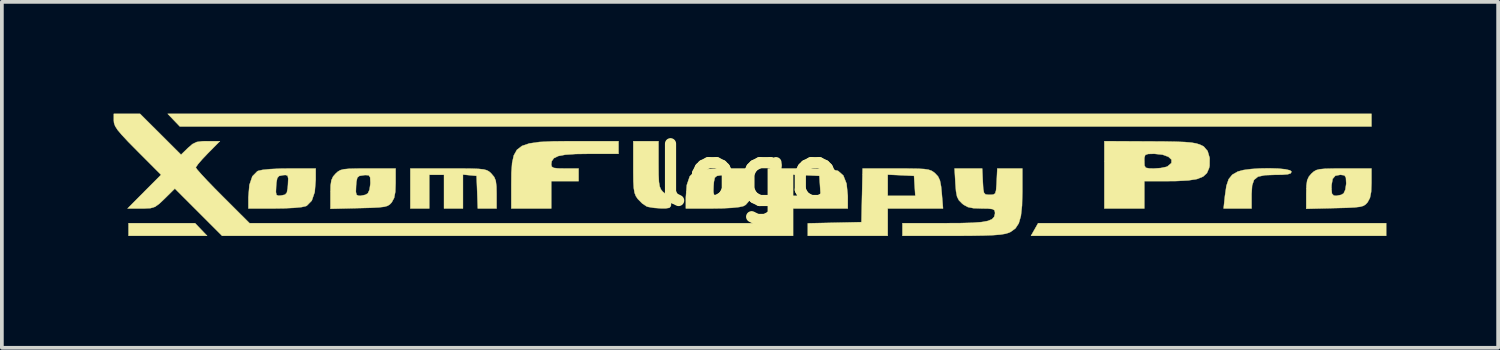
<source format=kicad_pcb>
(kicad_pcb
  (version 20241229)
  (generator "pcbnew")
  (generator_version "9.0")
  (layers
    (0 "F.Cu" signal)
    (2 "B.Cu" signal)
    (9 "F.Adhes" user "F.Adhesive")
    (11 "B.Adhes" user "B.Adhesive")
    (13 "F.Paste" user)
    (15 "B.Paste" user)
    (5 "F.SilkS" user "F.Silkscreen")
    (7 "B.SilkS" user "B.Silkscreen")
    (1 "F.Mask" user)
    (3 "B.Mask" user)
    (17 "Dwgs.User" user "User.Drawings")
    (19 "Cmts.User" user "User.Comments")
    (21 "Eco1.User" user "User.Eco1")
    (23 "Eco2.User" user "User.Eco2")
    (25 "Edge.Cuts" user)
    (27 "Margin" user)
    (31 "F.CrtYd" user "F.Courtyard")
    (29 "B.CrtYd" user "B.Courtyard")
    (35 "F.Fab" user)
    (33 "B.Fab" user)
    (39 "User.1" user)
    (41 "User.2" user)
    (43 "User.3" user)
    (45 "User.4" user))
  (footprint "logo"
    (layer "F.Cu")
    (at 17.051 1.642)
    (property "Reference" "logo" (at 0 0 0) (layer "F.SilkS") (effects (font (size 1.524 1.524) (thickness 0.3))))
    (attr through_hole)
    (fp_poly (pts (xy -14.542 1.637) (xy -16.651 1.637) (xy -16.651 1.298) (xy -14.866 1.298) (xy -14.542 1.637)) (stroke (width 0.01) (type solid)) (fill yes) (layer "F.SilkS"))
    (fp_poly (pts (xy 16.708 -1.298) (xy -15.275 -1.298) (xy -15.438 -1.468) (xy -15.6 -1.637) (xy 16.708 -1.637) (xy 16.708 -1.298)) (stroke (width 0.01) (type solid)) (fill yes) (layer "F.SilkS"))
    (fp_poly (pts (xy 17.103 1.637) (xy 7.569 1.637) (xy 7.665 1.468) (xy 7.761 1.299) (xy 12.432 1.299) (xy 17.103 1.298) (xy 17.103 1.637)) (stroke (width 0.01) (type solid)) (fill yes) (layer "F.SilkS"))
    (fp_poly (pts (xy -7.707 -0.169) (xy -7.44 -0.166) (xy -7.251 -0.159) (xy -7.123 -0.145) (xy -7.038 -0.123) (xy -6.978 -0.091) (xy -6.926 -0.045) (xy -6.912 -0.031) (xy -6.837 0.059) (xy -6.795 0.161) (xy -6.777 0.313) (xy -6.773 0.505) (xy -6.773 0.903) (xy -7.277 0.903) (xy -7.293 0.466) (xy -7.31 0.028) (xy -7.493 0.011) (xy -7.676 -0.007) (xy -7.676 0.903) (xy -8.184 0.903) (xy -8.184 0) (xy -8.58 0) (xy -8.58 0.903) (xy -9.088 0.903) (xy -9.088 -0.169) (xy -8.069 -0.169) (xy -7.707 -0.169)) (stroke (width 0.01) (type solid)) (fill yes) (layer "F.SilkS"))
    (fp_poly (pts (xy 14.201 -0.168) (xy 14.395 -0.149) (xy 14.524 -0.119) (xy 14.563 -0.085) (xy 14.541 -0.041) (xy 14.463 -0.015) (xy 14.308 -0.002) (xy 14.12 0) (xy 13.845 0.01) (xy 13.663 0.049) (xy 13.556 0.136) (xy 13.505 0.286) (xy 13.49 0.516) (xy 13.49 0.555) (xy 13.49 0.903) (xy 12.74 0.903) (xy 12.776 0.562) (xy 12.815 0.296) (xy 12.876 0.116) (xy 12.972 -0.002) (xy 13.118 -0.086) (xy 13.126 -0.089) (xy 13.271 -0.128) (xy 13.476 -0.155) (xy 13.716 -0.171) (xy 13.966 -0.175) (xy 14.201 -0.168)) (stroke (width 0.01) (type solid)) (fill yes) (layer "F.SilkS"))
    (fp_poly (pts (xy -3.5 -0.564) (xy -4.277 -0.564) (xy -4.652 -0.559) (xy -4.928 -0.54) (xy -5.118 -0.504) (xy -5.235 -0.447) (xy -5.293 -0.366) (xy -5.306 -0.279) (xy -5.293 -0.22) (xy -5.24 -0.186) (xy -5.121 -0.172) (xy -4.939 -0.169) (xy -4.572 -0.169) (xy -4.572 0.169) (xy -5.306 0.169) (xy -5.306 0.903) (xy -6.378 0.903) (xy -6.378 0.28) (xy -6.375 -0.054) (xy -6.356 -0.318) (xy -6.311 -0.521) (xy -6.227 -0.671) (xy -6.092 -0.775) (xy -5.895 -0.842) (xy -5.625 -0.881) (xy -5.268 -0.898) (xy -4.814 -0.903) (xy -4.658 -0.903) (xy -3.5 -0.903) (xy -3.5 -0.564)) (stroke (width 0.01) (type solid)) (fill yes) (layer "F.SilkS"))
    (fp_poly (pts (xy -2.427 -0.282) (xy -2.425 -0.003) (xy -2.416 0.188) (xy -2.396 0.312) (xy -2.362 0.393) (xy -2.314 0.452) (xy -2.213 0.534) (xy -2.145 0.564) (xy -2.105 0.613) (xy -2.088 0.732) (xy -2.088 0.734) (xy -2.095 0.836) (xy -2.135 0.885) (xy -2.237 0.9) (xy -2.357 0.9) (xy -2.545 0.887) (xy -2.702 0.861) (xy -2.744 0.848) (xy -2.862 0.77) (xy -2.982 0.649) (xy -2.984 0.646) (xy -3.035 0.571) (xy -3.069 0.483) (xy -3.09 0.36) (xy -3.101 0.179) (xy -3.104 -0.084) (xy -3.104 -0.205) (xy -3.104 -0.903) (xy -2.427 -0.903) (xy -2.427 -0.282)) (stroke (width 0.01) (type solid)) (fill yes) (layer "F.SilkS"))
    (fp_poly (pts (xy 4.289 -0.168) (xy 4.535 -0.164) (xy 4.706 -0.155) (xy 4.821 -0.137) (xy 4.901 -0.109) (xy 4.964 -0.068) (xy 4.995 -0.042) (xy 5.075 0.043) (xy 5.126 0.151) (xy 5.157 0.312) (xy 5.175 0.494) (xy 5.209 0.903) (xy 3.725 0.903) (xy 3.725 1.637) (xy 1.58 1.637) (xy 1.58 1.302) (xy 2.3 1.286) (xy 3.02 1.27) (xy 3.035 0.564) (xy 3.725 0.564) (xy 4.465 0.564) (xy 4.448 0.296) (xy 4.431 0.028) (xy 4.078 0.011) (xy 3.725 -0.005) (xy 3.725 0.564) (xy 3.035 0.564) (xy 3.036 0.55) (xy 3.051 -0.169) (xy 3.95 -0.169) (xy 4.289 -0.168)) (stroke (width 0.01) (type solid)) (fill yes) (layer "F.SilkS"))
    (fp_poly (pts (xy 0.113 0.167) (xy 0.093 0.465) (xy 0.028 0.673) (xy -0.087 0.805) (xy -0.15 0.84) (xy -0.261 0.865) (xy -0.459 0.886) (xy -0.717 0.899) (xy -0.99 0.903) (xy -1.693 0.903) (xy -1.693 0.601) (xy -1.682 0.458) (xy -0.955 0.458) (xy -0.936 0.537) (xy -0.878 0.562) (xy -0.82 0.564) (xy -0.688 0.526) (xy -0.619 0.42) (xy -0.576 0.252) (xy -0.564 0.134) (xy -0.578 0.038) (xy -0.642 0.006) (xy -0.748 0.011) (xy -0.859 0.029) (xy -0.916 0.076) (xy -0.94 0.186) (xy -0.949 0.296) (xy -0.955 0.458) (xy -1.682 0.458) (xy -1.667 0.272) (xy -1.588 0.04) (xy -1.454 -0.095) (xy -1.434 -0.105) (xy -1.318 -0.132) (xy -1.114 -0.153) (xy -0.845 -0.166) (xy -0.59 -0.169) (xy 0.113 -0.169) (xy 0.113 0.167)) (stroke (width 0.01) (type solid)) (fill yes) (layer "F.SilkS"))
    (fp_poly (pts (xy -11.628 0.133) (xy -11.654 0.462) (xy -11.733 0.693) (xy -11.867 0.829) (xy -11.887 0.839) (xy -12.003 0.866) (xy -12.207 0.886) (xy -12.476 0.899) (xy -12.731 0.903) (xy -13.434 0.903) (xy -13.434 0.601) (xy -13.423 0.463) (xy -12.696 0.463) (xy -12.68 0.541) (xy -12.625 0.561) (xy -12.548 0.554) (xy -12.452 0.533) (xy -12.402 0.478) (xy -12.379 0.357) (xy -12.372 0.264) (xy -12.365 0.101) (xy -12.381 0.024) (xy -12.437 0.004) (xy -12.513 0.01) (xy -12.61 0.031) (xy -12.659 0.086) (xy -12.682 0.207) (xy -12.689 0.3) (xy -12.696 0.463) (xy -13.423 0.463) (xy -13.407 0.272) (xy -13.328 0.04) (xy -13.195 -0.095) (xy -13.174 -0.105) (xy -13.058 -0.132) (xy -12.854 -0.153) (xy -12.585 -0.166) (xy -12.33 -0.169) (xy -11.628 -0.169) (xy -11.628 0.133)) (stroke (width 0.01) (type solid)) (fill yes) (layer "F.SilkS"))
    (fp_poly (pts (xy 10.71 -0.897) (xy 11.129 -0.895) (xy 11.451 -0.889) (xy 11.693 -0.88) (xy 11.87 -0.865) (xy 12 -0.843) (xy 12.099 -0.813) (xy 12.182 -0.773) (xy 12.207 -0.759) (xy 12.31 -0.639) (xy 12.365 -0.453) (xy 12.363 -0.241) (xy 12.349 -0.179) (xy 12.292 -0.048) (xy 12.19 0.047) (xy 12.029 0.112) (xy 11.794 0.15) (xy 11.469 0.167) (xy 11.262 0.169) (xy 10.612 0.169) (xy 10.612 0.903) (xy 9.539 0.903) (xy 9.539 -0.367) (xy 10.612 -0.367) (xy 10.617 -0.246) (xy 10.653 -0.189) (xy 10.75 -0.171) (xy 10.869 -0.169) (xy 11.052 -0.182) (xy 11.201 -0.213) (xy 11.236 -0.228) (xy 11.339 -0.316) (xy 11.342 -0.406) (xy 11.259 -0.484) (xy 11.101 -0.541) (xy 10.882 -0.564) (xy 10.869 -0.564) (xy 10.712 -0.56) (xy 10.637 -0.533) (xy 10.613 -0.458) (xy 10.612 -0.367) (xy 9.539 -0.367) (xy 9.539 -0.903) (xy 10.71 -0.897)) (stroke (width 0.01) (type solid)) (fill yes) (layer "F.SilkS"))
    (fp_poly (pts (xy 16.708 0.22) (xy 16.699 0.459) (xy 16.667 0.62) (xy 16.606 0.733) (xy 16.6 0.742) (xy 16.55 0.795) (xy 16.49 0.833) (xy 16.398 0.858) (xy 16.254 0.874) (xy 16.039 0.885) (xy 15.732 0.893) (xy 15.725 0.893) (xy 14.958 0.912) (xy 14.958 0.51) (xy 14.961 0.372) (xy 15.635 0.372) (xy 15.647 0.504) (xy 15.697 0.557) (xy 15.765 0.564) (xy 15.898 0.537) (xy 15.962 0.497) (xy 16.007 0.399) (xy 16.03 0.245) (xy 16.03 0.214) (xy 16.022 0.074) (xy 15.982 0.014) (xy 15.884 0.000086) (xy 15.867 0) (xy 15.739 0.024) (xy 15.666 0.109) (xy 15.637 0.276) (xy 15.635 0.372) (xy 14.961 0.372) (xy 14.963 0.289) (xy 14.983 0.147) (xy 15.029 0.048) (xy 15.096 -0.031) (xy 15.159 -0.087) (xy 15.226 -0.126) (xy 15.32 -0.15) (xy 15.463 -0.163) (xy 15.676 -0.168) (xy 15.971 -0.169) (xy 16.708 -0.169) (xy 16.708 0.22)) (stroke (width 0.01) (type solid)) (fill yes) (layer "F.SilkS"))
    (fp_poly (pts (xy -9.483 0.22) (xy -9.492 0.459) (xy -9.523 0.62) (xy -9.584 0.733) (xy -9.59 0.742) (xy -9.64 0.795) (xy -9.701 0.833) (xy -9.792 0.858) (xy -9.936 0.874) (xy -10.151 0.885) (xy -10.458 0.893) (xy -10.465 0.893) (xy -11.232 0.912) (xy -11.232 0.51) (xy -11.231 0.458) (xy -10.55 0.458) (xy -10.531 0.537) (xy -10.475 0.563) (xy -10.428 0.564) (xy -10.295 0.537) (xy -10.228 0.497) (xy -10.183 0.399) (xy -10.161 0.245) (xy -10.16 0.211) (xy -10.166 0.07) (xy -10.203 0.012) (xy -10.297 0.006) (xy -10.343 0.011) (xy -10.455 0.029) (xy -10.511 0.076) (xy -10.536 0.186) (xy -10.544 0.296) (xy -10.55 0.458) (xy -11.231 0.458) (xy -11.228 0.289) (xy -11.207 0.147) (xy -11.162 0.048) (xy -11.094 -0.031) (xy -11.032 -0.087) (xy -10.964 -0.126) (xy -10.87 -0.15) (xy -10.727 -0.163) (xy -10.514 -0.168) (xy -10.219 -0.169) (xy -9.483 -0.169) (xy -9.483 0.22)) (stroke (width 0.01) (type solid)) (fill yes) (layer "F.SilkS"))
    (fp_poly (pts (xy 6.277 0.183) (xy 6.288 0.376) (xy 6.308 0.481) (xy 6.351 0.526) (xy 6.43 0.536) (xy 6.463 0.536) (xy 6.555 0.532) (xy 6.608 0.5) (xy 6.633 0.416) (xy 6.646 0.253) (xy 6.649 0.183) (xy 6.666 -0.169) (xy 7.338 -0.169) (xy 7.338 0.453) (xy 7.329 0.825) (xy 7.299 1.102) (xy 7.242 1.301) (xy 7.152 1.438) (xy 7.025 1.531) (xy 6.975 1.554) (xy 6.882 1.582) (xy 6.748 1.604) (xy 6.557 1.619) (xy 6.297 1.629) (xy 5.953 1.635) (xy 5.511 1.637) (xy 5.449 1.637) (xy 4.12 1.637) (xy 4.12 1.298) (xy 5.237 1.298) (xy 5.669 1.296) (xy 6.001 1.287) (xy 6.245 1.268) (xy 6.415 1.237) (xy 6.523 1.192) (xy 6.581 1.129) (xy 6.603 1.047) (xy 6.604 1.013) (xy 6.592 0.953) (xy 6.538 0.92) (xy 6.418 0.906) (xy 6.24 0.903) (xy 6.022 0.895) (xy 5.875 0.865) (xy 5.762 0.803) (xy 5.72 0.769) (xy 5.636 0.684) (xy 5.586 0.586) (xy 5.558 0.441) (xy 5.542 0.233) (xy 5.519 -0.169) (xy 6.26 -0.169) (xy 6.277 0.183)) (stroke (width 0.01) (type solid)) (fill yes) (layer "F.SilkS"))
    (fp_poly (pts (xy -15.792 -1.089) (xy -15.242 -0.54) (xy -15.055 -0.722) (xy -14.934 -0.826) (xy -14.821 -0.881) (xy -14.668 -0.901) (xy -14.534 -0.903) (xy -14.199 -0.903) (xy -14.522 -0.577) (xy -14.672 -0.419) (xy -14.785 -0.288) (xy -14.842 -0.206) (xy -14.845 -0.195) (xy -14.807 -0.139) (xy -14.701 -0.018) (xy -14.54 0.155) (xy -14.336 0.366) (xy -14.124 0.579) (xy -13.404 1.298) (xy 0.508 1.298) (xy 0.508 0.564) (xy 1.185 0.564) (xy 1.925 0.564) (xy 1.908 0.296) (xy 1.891 0.028) (xy 1.538 0.011) (xy 1.185 -0.005) (xy 1.185 0.564) (xy 0.508 0.564) (xy 0.508 -0.169) (xy 1.38 -0.169) (xy 1.746 -0.165) (xy 2.046 -0.152) (xy 2.266 -0.133) (xy 2.389 -0.107) (xy 2.393 -0.105) (xy 2.533 0.018) (xy 2.62 0.238) (xy 2.652 0.555) (xy 2.653 0.601) (xy 2.653 0.903) (xy 1.185 0.903) (xy 1.185 1.637) (xy -14.14 1.637) (xy -15.408 0.369) (xy -15.678 0.636) (xy -15.828 0.778) (xy -15.94 0.858) (xy -16.058 0.894) (xy -16.224 0.903) (xy -16.313 0.903) (xy -16.677 0.903) (xy -16.228 0.451) (xy -15.778 -0.000405) (xy -16.412 -0.636) (xy -16.656 -0.883) (xy -16.829 -1.068) (xy -16.944 -1.204) (xy -17.01 -1.307) (xy -17.04 -1.391) (xy -17.046 -1.454) (xy -17.046 -1.637) (xy -16.343 -1.637) (xy -15.792 -1.089)) (stroke (width 0.01) (type solid)) (fill yes) (layer "F.SilkS")))
  (gr_rect
    (start -3 -3)
    (end 37.159 6.284)
    (stroke (width 0.1) (type default))
    (fill no)
    (layer "Edge.Cuts")))
</source>
